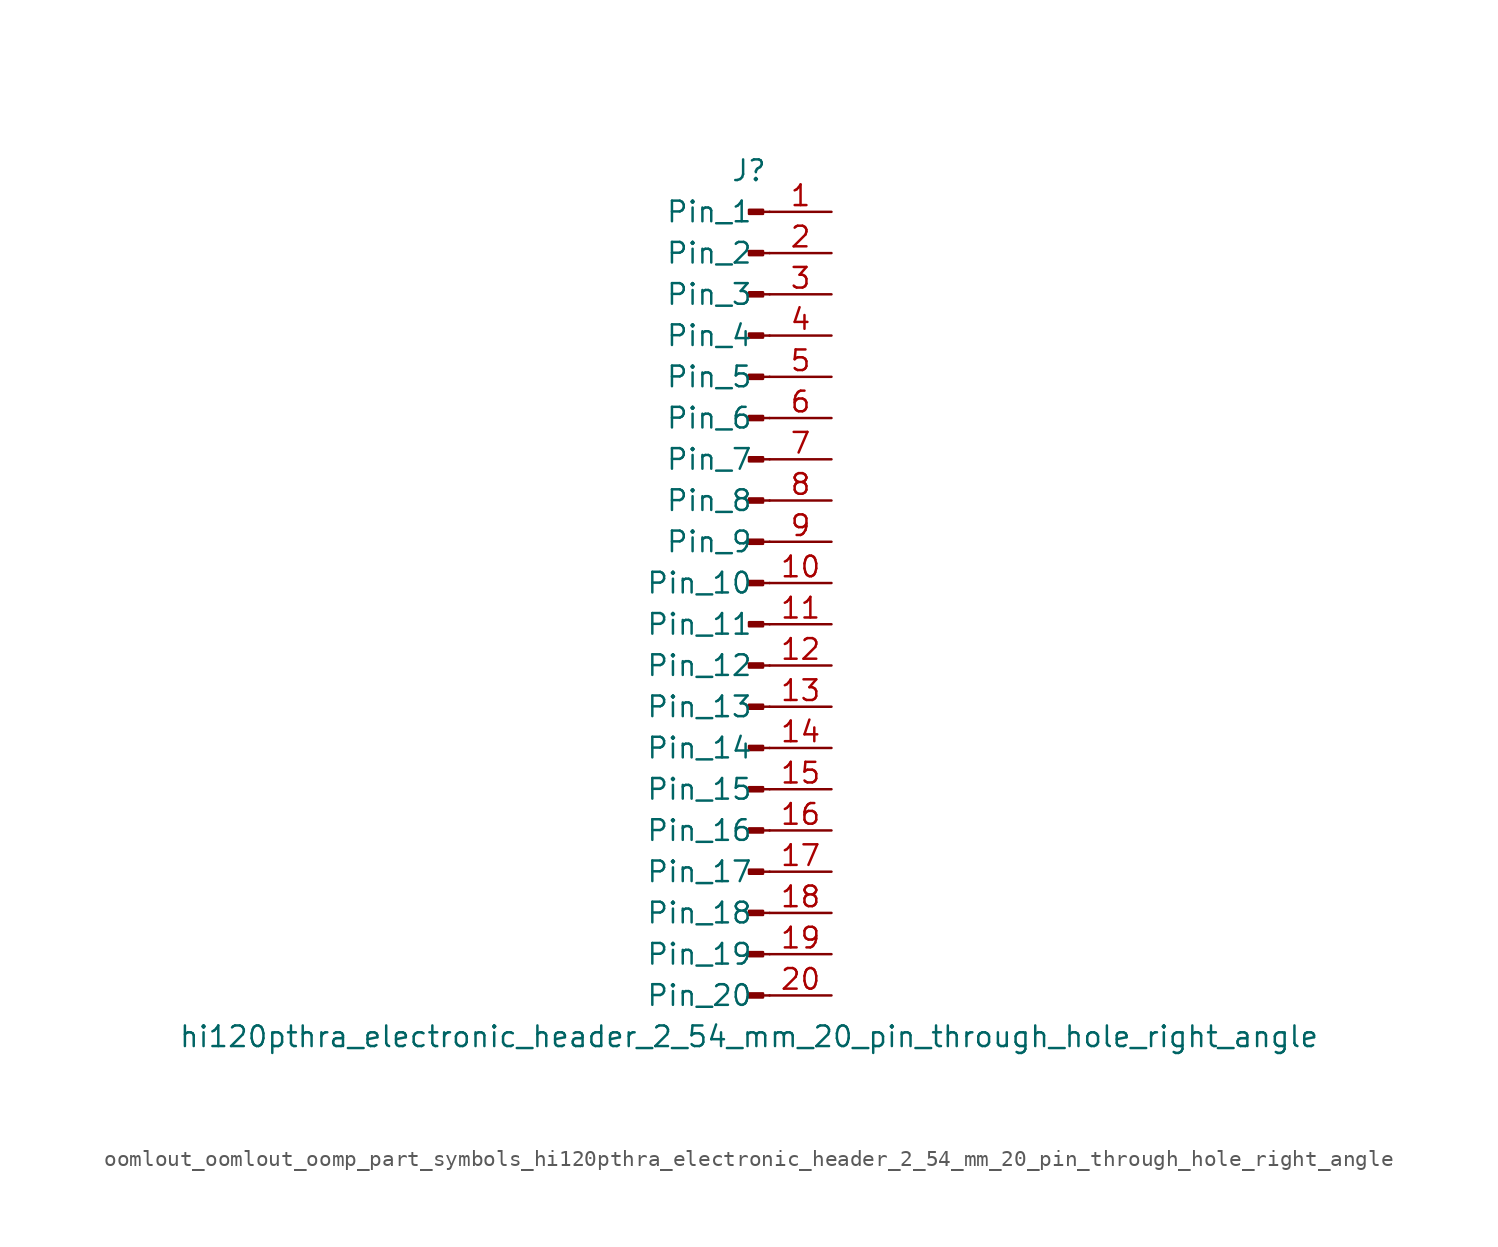
<source format=kicad_sym>
(kicad_symbol_lib
  (version 20220914)
  (generator kicad_symbol_editor)
  (symbol "oomlout_oomlout_oomp_part_symbols_hi120pthra_electronic_header_2_54_mm_20_pin_through_hole_right_angle"
    (pin_names
      (offset 1.016))
    (property "Reference" "J"
      (at 0 25.4 0)
      (effects (font (size 1.27 1.27))))
    (property "Value" "hi120pthra_electronic_header_2_54_mm_20_pin_through_hole_right_angle"
      (at 0 -27.94 0)
      (effects (font (size 1.27 1.27))))
    (property "ki_locked" ""
      (at 0 0 0)
      (effects (font (size 1.27 1.27))))
    (symbol "oomlout_oomlout_oomp_part_symbols_hi120pthra_electronic_header_2_54_mm_20_pin_through_hole_right_angle_1_1"
      (polyline (pts (xy 1.27 -25.4) (xy 0.864 -25.4)) (stroke (width 0.152) (type default)) (fill (type none)))
      (polyline (pts (xy 1.27 -22.86) (xy 0.864 -22.86)) (stroke (width 0.152) (type default)) (fill (type none)))
      (polyline (pts (xy 1.27 -20.32) (xy 0.864 -20.32)) (stroke (width 0.152) (type default)) (fill (type none)))
      (polyline (pts (xy 1.27 -17.78) (xy 0.864 -17.78)) (stroke (width 0.152) (type default)) (fill (type none)))
      (polyline (pts (xy 1.27 -15.24) (xy 0.864 -15.24)) (stroke (width 0.152) (type default)) (fill (type none)))
      (polyline (pts (xy 1.27 -12.7) (xy 0.864 -12.7)) (stroke (width 0.152) (type default)) (fill (type none)))
      (polyline (pts (xy 1.27 -10.16) (xy 0.864 -10.16)) (stroke (width 0.152) (type default)) (fill (type none)))
      (polyline (pts (xy 1.27 -7.62) (xy 0.864 -7.62)) (stroke (width 0.152) (type default)) (fill (type none)))
      (polyline (pts (xy 1.27 -5.08) (xy 0.864 -5.08)) (stroke (width 0.152) (type default)) (fill (type none)))
      (polyline (pts (xy 1.27 -2.54) (xy 0.864 -2.54)) (stroke (width 0.152) (type default)) (fill (type none)))
      (polyline (pts (xy 1.27 0) (xy 0.864 0)) (stroke (width 0.152) (type default)) (fill (type none)))
      (polyline (pts (xy 1.27 2.54) (xy 0.864 2.54)) (stroke (width 0.152) (type default)) (fill (type none)))
      (polyline (pts (xy 1.27 5.08) (xy 0.864 5.08)) (stroke (width 0.152) (type default)) (fill (type none)))
      (polyline (pts (xy 1.27 7.62) (xy 0.864 7.62)) (stroke (width 0.152) (type default)) (fill (type none)))
      (polyline (pts (xy 1.27 10.16) (xy 0.864 10.16)) (stroke (width 0.152) (type default)) (fill (type none)))
      (polyline (pts (xy 1.27 12.7) (xy 0.864 12.7)) (stroke (width 0.152) (type default)) (fill (type none)))
      (polyline (pts (xy 1.27 15.24) (xy 0.864 15.24)) (stroke (width 0.152) (type default)) (fill (type none)))
      (polyline (pts (xy 1.27 17.78) (xy 0.864 17.78)) (stroke (width 0.152) (type default)) (fill (type none)))
      (polyline (pts (xy 1.27 20.32) (xy 0.864 20.32)) (stroke (width 0.152) (type default)) (fill (type none)))
      (polyline (pts (xy 1.27 22.86) (xy 0.864 22.86)) (stroke (width 0.152) (type default)) (fill (type none)))
      (rectangle (start 0.864 -25.273) (end 0 -25.527) (stroke (width 0.152) (type default)) (fill (type outline)))
      (rectangle (start 0.864 -22.733) (end 0 -22.987) (stroke (width 0.152) (type default)) (fill (type outline)))
      (rectangle (start 0.864 -20.193) (end 0 -20.447) (stroke (width 0.152) (type default)) (fill (type outline)))
      (rectangle (start 0.864 -17.653) (end 0 -17.907) (stroke (width 0.152) (type default)) (fill (type outline)))
      (rectangle (start 0.864 -15.113) (end 0 -15.367) (stroke (width 0.152) (type default)) (fill (type outline)))
      (rectangle (start 0.864 -12.573) (end 0 -12.827) (stroke (width 0.152) (type default)) (fill (type outline)))
      (rectangle (start 0.864 -10.033) (end 0 -10.287) (stroke (width 0.152) (type default)) (fill (type outline)))
      (rectangle (start 0.864 -7.493) (end 0 -7.747) (stroke (width 0.152) (type default)) (fill (type outline)))
      (rectangle (start 0.864 -4.953) (end 0 -5.207) (stroke (width 0.152) (type default)) (fill (type outline)))
      (rectangle (start 0.864 -2.413) (end 0 -2.667) (stroke (width 0.152) (type default)) (fill (type outline)))
      (rectangle (start 0.864 0.127) (end 0 -0.127) (stroke (width 0.152) (type default)) (fill (type outline)))
      (rectangle (start 0.864 2.667) (end 0 2.413) (stroke (width 0.152) (type default)) (fill (type outline)))
      (rectangle (start 0.864 5.207) (end 0 4.953) (stroke (width 0.152) (type default)) (fill (type outline)))
      (rectangle (start 0.864 7.747) (end 0 7.493) (stroke (width 0.152) (type default)) (fill (type outline)))
      (rectangle (start 0.864 10.287) (end 0 10.033) (stroke (width 0.152) (type default)) (fill (type outline)))
      (rectangle (start 0.864 12.827) (end 0 12.573) (stroke (width 0.152) (type default)) (fill (type outline)))
      (rectangle (start 0.864 15.367) (end 0 15.113) (stroke (width 0.152) (type default)) (fill (type outline)))
      (rectangle (start 0.864 17.907) (end 0 17.653) (stroke (width 0.152) (type default)) (fill (type outline)))
      (rectangle (start 0.864 20.447) (end 0 20.193) (stroke (width 0.152) (type default)) (fill (type outline)))
      (rectangle (start 0.864 22.987) (end 0 22.733) (stroke (width 0.152) (type default)) (fill (type outline)))
      (pin passive line (at 5.08 22.86 180) (length 3.81) (name "Pin_1" (effects (font (size 1.27 1.27)))) (number "1" (effects (font (size 1.27 1.27)))))
      (pin passive line (at 5.08 0 180) (length 3.81) (name "Pin_10" (effects (font (size 1.27 1.27)))) (number "10" (effects (font (size 1.27 1.27)))))
      (pin passive line (at 5.08 -2.54 180) (length 3.81) (name "Pin_11" (effects (font (size 1.27 1.27)))) (number "11" (effects (font (size 1.27 1.27)))))
      (pin passive line (at 5.08 -5.08 180) (length 3.81) (name "Pin_12" (effects (font (size 1.27 1.27)))) (number "12" (effects (font (size 1.27 1.27)))))
      (pin passive line (at 5.08 -7.62 180) (length 3.81) (name "Pin_13" (effects (font (size 1.27 1.27)))) (number "13" (effects (font (size 1.27 1.27)))))
      (pin passive line (at 5.08 -10.16 180) (length 3.81) (name "Pin_14" (effects (font (size 1.27 1.27)))) (number "14" (effects (font (size 1.27 1.27)))))
      (pin passive line (at 5.08 -12.7 180) (length 3.81) (name "Pin_15" (effects (font (size 1.27 1.27)))) (number "15" (effects (font (size 1.27 1.27)))))
      (pin passive line (at 5.08 -15.24 180) (length 3.81) (name "Pin_16" (effects (font (size 1.27 1.27)))) (number "16" (effects (font (size 1.27 1.27)))))
      (pin passive line (at 5.08 -17.78 180) (length 3.81) (name "Pin_17" (effects (font (size 1.27 1.27)))) (number "17" (effects (font (size 1.27 1.27)))))
      (pin passive line (at 5.08 -20.32 180) (length 3.81) (name "Pin_18" (effects (font (size 1.27 1.27)))) (number "18" (effects (font (size 1.27 1.27)))))
      (pin passive line (at 5.08 -22.86 180) (length 3.81) (name "Pin_19" (effects (font (size 1.27 1.27)))) (number "19" (effects (font (size 1.27 1.27)))))
      (pin passive line (at 5.08 20.32 180) (length 3.81) (name "Pin_2" (effects (font (size 1.27 1.27)))) (number "2" (effects (font (size 1.27 1.27)))))
      (pin passive line (at 5.08 -25.4 180) (length 3.81) (name "Pin_20" (effects (font (size 1.27 1.27)))) (number "20" (effects (font (size 1.27 1.27)))))
      (pin passive line (at 5.08 17.78 180) (length 3.81) (name "Pin_3" (effects (font (size 1.27 1.27)))) (number "3" (effects (font (size 1.27 1.27)))))
      (pin passive line (at 5.08 15.24 180) (length 3.81) (name "Pin_4" (effects (font (size 1.27 1.27)))) (number "4" (effects (font (size 1.27 1.27)))))
      (pin passive line (at 5.08 12.7 180) (length 3.81) (name "Pin_5" (effects (font (size 1.27 1.27)))) (number "5" (effects (font (size 1.27 1.27)))))
      (pin passive line (at 5.08 10.16 180) (length 3.81) (name "Pin_6" (effects (font (size 1.27 1.27)))) (number "6" (effects (font (size 1.27 1.27)))))
      (pin passive line (at 5.08 7.62 180) (length 3.81) (name "Pin_7" (effects (font (size 1.27 1.27)))) (number "7" (effects (font (size 1.27 1.27)))))
      (pin passive line (at 5.08 5.08 180) (length 3.81) (name "Pin_8" (effects (font (size 1.27 1.27)))) (number "8" (effects (font (size 1.27 1.27)))))
      (pin passive line (at 5.08 2.54 180) (length 3.81) (name "Pin_9" (effects (font (size 1.27 1.27)))) (number "9" (effects (font (size 1.27 1.27))))))))
</source>
